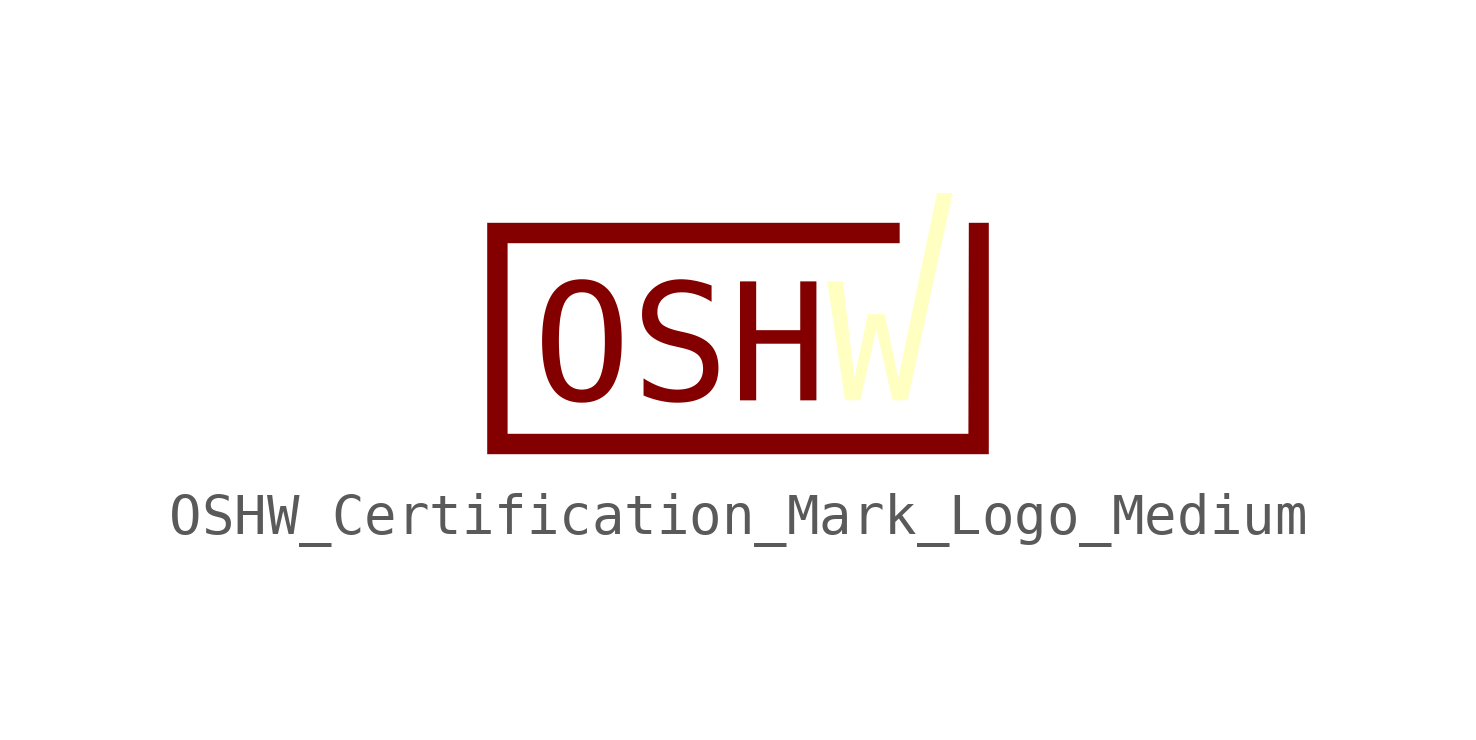
<source format=kicad_sym>
(kicad_symbol_lib
  (version 20241209)
  (generator "kicad_symbol_editor")
  (generator_version "9.0")
  (symbol "OSHW_Certification_Mark_Logo_Medium"
    (property "Reference" "LOGO"
      (at 0 0 0)
      (effects (font (size 1.27 1.27)) (hide yes)))
    (symbol "OSHW_Certification_Mark_Logo_Medium_0_1"
      (polyline (pts (xy -3.676 1.047) (xy -3.619 1.042) (xy -3.563 1.035) (xy -3.51 1.025) (xy -3.458 1.012) (xy -3.409 0.997) (xy -3.361 0.978) (xy -3.315 0.957) (xy -3.272 0.932) (xy -3.23 0.905) (xy -3.19 0.875) (xy -3.152 0.842) (xy -3.115 0.807) (xy -3.081 0.768) (xy -3.049 0.727) (xy -3.019 0.682) (xy -2.99 0.635) (xy -2.963 0.585) (xy -2.939 0.532) (xy -2.916 0.476) (xy -2.894 0.416) (xy -2.875 0.354) (xy -2.857 0.289) (xy -2.842 0.222) (xy -2.828 0.151) (xy -2.816 0.077) (xy -2.806 -0.0002) (xy -2.797 -0.08) (xy -2.791 -0.163) (xy -2.786 -0.249) (xy -2.784 -0.337) (xy -2.783 -0.429) (xy -2.784 -0.52) (xy -2.786 -0.609) (xy -2.791 -0.694) (xy -2.797 -0.777) (xy -2.806 -0.857) (xy -2.816 -0.933) (xy -2.828 -1.007) (xy -2.842 -1.078) (xy -2.857 -1.146) (xy -2.875 -1.211) (xy -2.894 -1.273) (xy -2.916 -1.332) (xy -2.939 -1.388) (xy -2.963 -1.441) (xy -2.99 -1.491) (xy -3.019 -1.538) (xy -3.034 -1.561) (xy -3.049 -1.583) (xy -3.065 -1.604) (xy -3.081 -1.624) (xy -3.098 -1.644) (xy -3.115 -1.663) (xy -3.133 -1.681) (xy -3.152 -1.698) (xy -3.17 -1.715) (xy -3.19 -1.731) (xy -3.209 -1.747) (xy -3.23 -1.761) (xy -3.25 -1.775) (xy -3.272 -1.788) (xy -3.293 -1.801) (xy -3.315 -1.813) (xy -3.338 -1.824) (xy -3.361 -1.834) (xy -3.385 -1.844) (xy -3.409 -1.853) (xy -3.433 -1.861) (xy -3.458 -1.869) (xy -3.484 -1.875) (xy -3.51 -1.881) (xy -3.536 -1.887) (xy -3.563 -1.891) (xy -3.619 -1.899) (xy -3.676 -1.903) (xy -3.736 -1.904) (xy -3.795 -1.903) (xy -3.852 -1.899) (xy -3.908 -1.891) (xy -3.961 -1.881) (xy -4.013 -1.869) (xy -4.062 -1.853) (xy -4.11 -1.835) (xy -4.156 -1.813) (xy -4.2 -1.789) (xy -4.242 -1.762) (xy -4.282 -1.732) (xy -4.319 -1.699) (xy -4.356 -1.664) (xy -4.39 -1.625) (xy -4.422 -1.584) (xy -4.452 -1.54) (xy -4.481 -1.493) (xy -4.507 -1.443) (xy -4.532 -1.39) (xy -4.555 -1.334) (xy -4.576 -1.275) (xy -4.595 -1.213) (xy -4.612 -1.148) (xy -4.628 -1.08) (xy -4.642 -1.009) (xy -4.654 -0.935) (xy -4.664 -0.859) (xy -4.672 -0.779) (xy -4.678 -0.696) (xy -4.683 -0.61) (xy -4.686 -0.521) (xy -4.687 -0.429) (xy -4.285 -0.429) (xy -4.282 -0.58) (xy -4.277 -0.719) (xy -4.266 -0.848) (xy -4.253 -0.965) (xy -4.244 -1.02) (xy -4.235 -1.071) (xy -4.224 -1.12) (xy -4.213 -1.166) (xy -4.2 -1.21) (xy -4.187 -1.25) (xy -4.172 -1.288) (xy -4.157 -1.323) (xy -4.14 -1.355) (xy -4.131 -1.371) (xy -4.122 -1.386) (xy -4.112 -1.4) (xy -4.103 -1.414) (xy -4.092 -1.428) (xy -4.082 -1.44) (xy -4.071 -1.453) (xy -4.06 -1.465) (xy -4.048 -1.476) (xy -4.037 -1.487) (xy -4.025 -1.497) (xy -4.012 -1.507) (xy -4 -1.516) (xy -3.987 -1.524) (xy -3.973 -1.532) (xy -3.96 -1.54) (xy -3.946 -1.547) (xy -3.932 -1.554) (xy -3.917 -1.56) (xy -3.902 -1.565) (xy -3.887 -1.57) (xy -3.871 -1.575) (xy -3.855 -1.579) (xy -3.839 -1.582) (xy -3.823 -1.585) (xy -3.806 -1.587) (xy -3.789 -1.589) (xy -3.771 -1.591) (xy -3.736 -1.592) (xy -3.7 -1.591) (xy -3.665 -1.587) (xy -3.631 -1.582) (xy -3.599 -1.575) (xy -3.568 -1.565) (xy -3.539 -1.554) (xy -3.51 -1.54) (xy -3.483 -1.525) (xy -3.458 -1.507) (xy -3.433 -1.487) (xy -3.41 -1.466) (xy -3.389 -1.442) (xy -3.368 -1.415) (xy -3.349 -1.387) (xy -3.331 -1.357) (xy -3.314 -1.325) (xy -3.299 -1.29) (xy -3.284 -1.252) (xy -3.27 -1.211) (xy -3.258 -1.168) (xy -3.246 -1.122) (xy -3.235 -1.073) (xy -3.226 -1.021) (xy -3.217 -0.966) (xy -3.209 -0.909) (xy -3.203 -0.849) (xy -3.197 -0.786) (xy -3.193 -0.72) (xy -3.189 -0.651) (xy -3.187 -0.58) (xy -3.185 -0.506) (xy -3.185 -0.429) (xy -3.187 -0.278) (xy -3.193 -0.138) (xy -3.203 -0.009) (xy -3.217 0.109) (xy -3.226 0.163) (xy -3.235 0.215) (xy -3.246 0.264) (xy -3.258 0.31) (xy -3.27 0.353) (xy -3.284 0.394) (xy -3.299 0.432) (xy -3.314 0.467) (xy -3.331 0.499) (xy -3.34 0.515) (xy -3.349 0.53) (xy -3.358 0.544) (xy -3.368 0.558) (xy -3.378 0.572) (xy -3.389 0.585) (xy -3.399 0.597) (xy -3.41 0.609) (xy -3.422 0.62) (xy -3.433 0.631) (xy -3.446 0.641) (xy -3.458 0.651) (xy -3.47 0.66) (xy -3.483 0.668) (xy -3.497 0.677) (xy -3.51 0.684) (xy -3.524 0.691) (xy -3.539 0.698) (xy -3.553 0.704) (xy -3.568 0.709) (xy -3.584 0.714) (xy -3.599 0.719) (xy -3.615 0.723) (xy -3.631 0.726) (xy -3.648 0.729) (xy -3.665 0.732) (xy -3.682 0.733) (xy -3.7 0.735) (xy -3.736 0.736) (xy -3.771 0.735) (xy -3.806 0.732) (xy -3.839 0.726) (xy -3.871 0.719) (xy -3.902 0.709) (xy -3.932 0.698) (xy -3.96 0.684) (xy -3.987 0.668) (xy -4.012 0.651) (xy -4.037 0.631) (xy -4.06 0.609) (xy -4.082 0.585) (xy -4.103 0.558) (xy -4.122 0.53) (xy -4.14 0.499) (xy -4.157 0.467) (xy -4.172 0.432) (xy -4.187 0.394) (xy -4.2 0.353) (xy -4.213 0.31) (xy -4.224 0.264) (xy -4.235 0.215) (xy -4.244 0.163) (xy -4.253 0.109) (xy -4.26 0.051) (xy -4.266 -0.009) (xy -4.272 -0.072) (xy -4.277 -0.138) (xy -4.28 -0.206) (xy -4.282 -0.278) (xy -4.284 -0.352) (xy -4.285 -0.429) (xy -4.687 -0.429) (xy -4.686 -0.337) (xy -4.683 -0.249) (xy -4.678 -0.163) (xy -4.672 -0.08) (xy -4.664 -0.0002) (xy -4.654 0.077) (xy -4.642 0.151) (xy -4.628 0.222) (xy -4.612 0.289) (xy -4.595 0.354) (xy -4.576 0.416) (xy -4.555 0.476) (xy -4.532 0.532) (xy -4.507 0.585) (xy -4.481 0.635) (xy -4.452 0.682) (xy -4.437 0.705) (xy -4.422 0.727) (xy -4.406 0.748) (xy -4.389 0.768) (xy -4.372 0.788) (xy -4.355 0.807) (xy -4.337 0.825) (xy -4.319 0.842) (xy -4.3 0.859) (xy -4.281 0.875) (xy -4.261 0.891) (xy -4.241 0.905) (xy -4.22 0.919) (xy -4.199 0.932) (xy -4.177 0.945) (xy -4.155 0.957) (xy -4.132 0.968) (xy -4.109 0.978) (xy -4.086 0.988) (xy -4.061 0.997) (xy -4.037 1.005) (xy -4.012 1.012) (xy -3.986 1.019) (xy -3.961 1.025) (xy -3.907 1.035) (xy -3.852 1.042) (xy -3.795 1.047) (xy -3.736 1.048)) (stroke (width -0.0001) (type default)) (fill (type outline)))
      (polyline (pts (xy -2.783 -0.429) (xy -2.783 -0.429) (xy -2.783 -0.429)) (stroke (width -0.0001) (type default)) (fill (type outline)))
      (polyline (pts (xy -1.317 1.047) (xy -1.275 1.045) (xy -1.233 1.042) (xy -1.19 1.038) (xy -1.147 1.033) (xy -1.103 1.026) (xy -1.058 1.018) (xy -1.013 1.01) (xy -0.968 1) (xy -0.921 0.989) (xy -0.875 0.977) (xy -0.827 0.964) (xy -0.779 0.949) (xy -0.731 0.934) (xy -0.682 0.917) (xy -0.632 0.899) (xy -0.632 0.508) (xy -0.676 0.536) (xy -0.72 0.561) (xy -0.764 0.585) (xy -0.808 0.607) (xy -0.852 0.627) (xy -0.896 0.646) (xy -0.94 0.663) (xy -0.985 0.678) (xy -1.028 0.691) (xy -1.073 0.703) (xy -1.117 0.713) (xy -1.161 0.721) (xy -1.205 0.727) (xy -1.25 0.732) (xy -1.294 0.734) (xy -1.339 0.735) (xy -1.373 0.735) (xy -1.405 0.733) (xy -1.437 0.731) (xy -1.468 0.727) (xy -1.498 0.723) (xy -1.528 0.717) (xy -1.556 0.711) (xy -1.583 0.703) (xy -1.61 0.695) (xy -1.635 0.685) (xy -1.66 0.675) (xy -1.684 0.663) (xy -1.706 0.651) (xy -1.728 0.637) (xy -1.75 0.623) (xy -1.77 0.607) (xy -1.789 0.591) (xy -1.807 0.575) (xy -1.824 0.557) (xy -1.839 0.539) (xy -1.853 0.52) (xy -1.866 0.5) (xy -1.878 0.48) (xy -1.889 0.459) (xy -1.898 0.438) (xy -1.906 0.415) (xy -1.913 0.392) (xy -1.918 0.368) (xy -1.923 0.344) (xy -1.926 0.319) (xy -1.927 0.293) (xy -1.928 0.266) (xy -1.928 0.243) (xy -1.927 0.221) (xy -1.925 0.199) (xy -1.922 0.177) (xy -1.918 0.157) (xy -1.914 0.137) (xy -1.908 0.118) (xy -1.902 0.1) (xy -1.895 0.082) (xy -1.888 0.065) (xy -1.879 0.049) (xy -1.87 0.034) (xy -1.86 0.019) (xy -1.849 0.005) (xy -1.838 -0.009) (xy -1.825 -0.022) (xy -1.811 -0.034) (xy -1.796 -0.046) (xy -1.78 -0.058) (xy -1.762 -0.069) (xy -1.742 -0.08) (xy -1.721 -0.091) (xy -1.699 -0.102) (xy -1.675 -0.113) (xy -1.651 -0.123) (xy -1.624 -0.133) (xy -1.596 -0.142) (xy -1.567 -0.152) (xy -1.536 -0.161) (xy -1.504 -0.17) (xy -1.471 -0.179) (xy -1.436 -0.187) (xy -1.234 -0.233) (xy -1.185 -0.245) (xy -1.138 -0.258) (xy -1.092 -0.272) (xy -1.048 -0.286) (xy -1.005 -0.302) (xy -0.965 -0.318) (xy -0.926 -0.335) (xy -0.888 -0.353) (xy -0.853 -0.372) (xy -0.819 -0.392) (xy -0.787 -0.412) (xy -0.756 -0.433) (xy -0.727 -0.455) (xy -0.7 -0.478) (xy -0.675 -0.502) (xy -0.651 -0.527) (xy -0.629 -0.552) (xy -0.608 -0.579) (xy -0.589 -0.607) (xy -0.571 -0.636) (xy -0.555 -0.666) (xy -0.54 -0.697) (xy -0.526 -0.73) (xy -0.514 -0.763) (xy -0.503 -0.798) (xy -0.494 -0.833) (xy -0.486 -0.87) (xy -0.479 -0.908) (xy -0.474 -0.948) (xy -0.471 -0.988) (xy -0.469 -1.029) (xy -0.468 -1.072) (xy -0.469 -1.122) (xy -0.472 -1.17) (xy -0.477 -1.217) (xy -0.484 -1.263) (xy -0.493 -1.307) (xy -0.503 -1.349) (xy -0.516 -1.39) (xy -0.531 -1.43) (xy -0.548 -1.468) (xy -0.566 -1.504) (xy -0.587 -1.539) (xy -0.61 -1.572) (xy -0.634 -1.604) (xy -0.661 -1.635) (xy -0.689 -1.664) (xy -0.72 -1.691) (xy -0.752 -1.717) (xy -0.786 -1.741) (xy -0.822 -1.764) (xy -0.86 -1.785) (xy -0.899 -1.804) (xy -0.941 -1.821) (xy -0.984 -1.837) (xy -1.028 -1.851) (xy -1.075 -1.864) (xy -1.123 -1.875) (xy -1.174 -1.884) (xy -1.226 -1.891) (xy -1.28 -1.897) (xy -1.335 -1.901) (xy -1.392 -1.904) (xy -1.452 -1.905) (xy -1.502 -1.904) (xy -1.552 -1.902) (xy -1.602 -1.899) (xy -1.652 -1.894) (xy -1.702 -1.888) (xy -1.753 -1.88) (xy -1.803 -1.871) (xy -1.854 -1.861) (xy -1.904 -1.85) (xy -1.955 -1.837) (xy -2.006 -1.823) (xy -2.056 -1.808) (xy -2.107 -1.791) (xy -2.158 -1.773) (xy -2.209 -1.754) (xy -2.26 -1.733) (xy -2.26 -1.323) (xy -2.205 -1.357) (xy -2.152 -1.388) (xy -2.099 -1.417) (xy -2.047 -1.444) (xy -1.995 -1.468) (xy -1.945 -1.49) (xy -1.895 -1.51) (xy -1.846 -1.527) (xy -1.797 -1.542) (xy -1.748 -1.556) (xy -1.699 -1.567) (xy -1.649 -1.576) (xy -1.6 -1.583) (xy -1.551 -1.588) (xy -1.501 -1.591) (xy -1.452 -1.592) (xy -1.416 -1.592) (xy -1.381 -1.59) (xy -1.347 -1.587) (xy -1.314 -1.584) (xy -1.282 -1.579) (xy -1.251 -1.574) (xy -1.221 -1.567) (xy -1.192 -1.56) (xy -1.165 -1.551) (xy -1.138 -1.542) (xy -1.112 -1.531) (xy -1.087 -1.519) (xy -1.063 -1.506) (xy -1.04 -1.493) (xy -1.019 -1.478) (xy -0.998 -1.462) (xy -0.978 -1.446) (xy -0.96 -1.428) (xy -0.943 -1.41) (xy -0.927 -1.39) (xy -0.912 -1.37) (xy -0.899 -1.349) (xy -0.887 -1.328) (xy -0.876 -1.305) (xy -0.867 -1.282) (xy -0.859 -1.258) (xy -0.852 -1.233) (xy -0.846 -1.207) (xy -0.842 -1.181) (xy -0.839 -1.153) (xy -0.837 -1.125) (xy -0.836 -1.097) (xy -0.836 -1.07) (xy -0.838 -1.045) (xy -0.84 -1.02) (xy -0.843 -0.996) (xy -0.847 -0.973) (xy -0.852 -0.951) (xy -0.858 -0.929) (xy -0.864 -0.908) (xy -0.872 -0.888) (xy -0.88 -0.869) (xy -0.889 -0.851) (xy -0.899 -0.833) (xy -0.91 -0.816) (xy -0.922 -0.8) (xy -0.935 -0.785) (xy -0.948 -0.771) (xy -0.963 -0.757) (xy -0.979 -0.743) (xy -0.996 -0.73) (xy -1.014 -0.718) (xy -1.034 -0.705) (xy -1.055 -0.694) (xy -1.077 -0.682) (xy -1.1 -0.671) (xy -1.125 -0.66) (xy -1.151 -0.65) (xy -1.179 -0.64) (xy -1.208 -0.631) (xy -1.238 -0.622) (xy -1.269 -0.613) (xy -1.301 -0.605) (xy -1.335 -0.597) (xy -1.541 -0.549) (xy -1.59 -0.538) (xy -1.637 -0.526) (xy -1.682 -0.513) (xy -1.726 -0.499) (xy -1.768 -0.485) (xy -1.808 -0.469) (xy -1.847 -0.454) (xy -1.883 -0.437) (xy -1.918 -0.42) (xy -1.952 -0.402) (xy -1.984 -0.383) (xy -2.014 -0.364) (xy -2.042 -0.344) (xy -2.069 -0.323) (xy -2.094 -0.301) (xy -2.117 -0.279) (xy -2.139 -0.256) (xy -2.159 -0.232) (xy -2.178 -0.207) (xy -2.195 -0.181) (xy -2.211 -0.154) (xy -2.226 -0.126) (xy -2.239 -0.097) (xy -2.251 -0.067) (xy -2.262 -0.036) (xy -2.271 -0.004) (xy -2.278 0.029) (xy -2.285 0.062) (xy -2.29 0.097) (xy -2.293 0.133) (xy -2.295 0.17) (xy -2.296 0.207) (xy -2.295 0.254) (xy -2.292 0.3) (xy -2.287 0.345) (xy -2.28 0.388) (xy -2.271 0.43) (xy -2.26 0.472) (xy -2.247 0.511) (xy -2.232 0.55) (xy -2.215 0.588) (xy -2.196 0.624) (xy -2.175 0.659) (xy -2.152 0.693) (xy -2.127 0.726) (xy -2.1 0.757) (xy -2.071 0.788) (xy -2.041 0.817) (xy -2.008 0.845) (xy -1.974 0.871) (xy -1.938 0.895) (xy -1.901 0.918) (xy -1.863 0.939) (xy -1.824 0.958) (xy -1.783 0.975) (xy -1.741 0.99) (xy -1.698 1.004) (xy -1.653 1.015) (xy -1.607 1.025) (xy -1.56 1.033) (xy -1.512 1.04) (xy -1.462 1.044) (xy -1.411 1.047) (xy -1.358 1.048)) (stroke (width -0.0001) (type default)) (fill (type outline)))
      (polyline (pts (xy 0.435 -0.17) (xy 1.489 -0.17) (xy 1.489 0.997) (xy 1.876 0.997) (xy 1.876 -1.849) (xy 1.489 -1.849) (xy 1.489 -0.494) (xy 0.435 -0.494) (xy 0.435 -1.849) (xy 0.048 -1.849) (xy 0.048 0.997) (xy 0.435 0.997)) (stroke (width -0.0001) (type default)) (fill (type outline)))
      (polyline (pts (xy 6 -3.137) (xy -6 -3.137) (xy -6 2.398) (xy -6 2.398) (xy 3.868 2.398) (xy 3.868 1.91) (xy -5.512 1.91) (xy -5.512 -2.649) (xy 5.512 -2.649) (xy 5.522 2.398) (xy 6 2.398)) (stroke (width -0.0001) (type default)) (fill (type outline))))
    (symbol "OSHW_Certification_Mark_Logo_Medium_1_1"
      (polyline (pts (xy 4.061 -1.849) (xy 3.696 -1.849) (xy 3.309 -0.158) (xy 2.925 -1.849) (xy 2.561 -1.849) (xy 2.135 0.997) (xy 2.511 0.997) (xy 2.784 -1.313) (xy 3.107 0.215) (xy 3.51 0.215) (xy 3.837 -1.317) (xy 4.761 3.111) (xy 5.136 3.111)) (stroke (width -0.0001) (type default)) (fill (type background))))))
</source>
